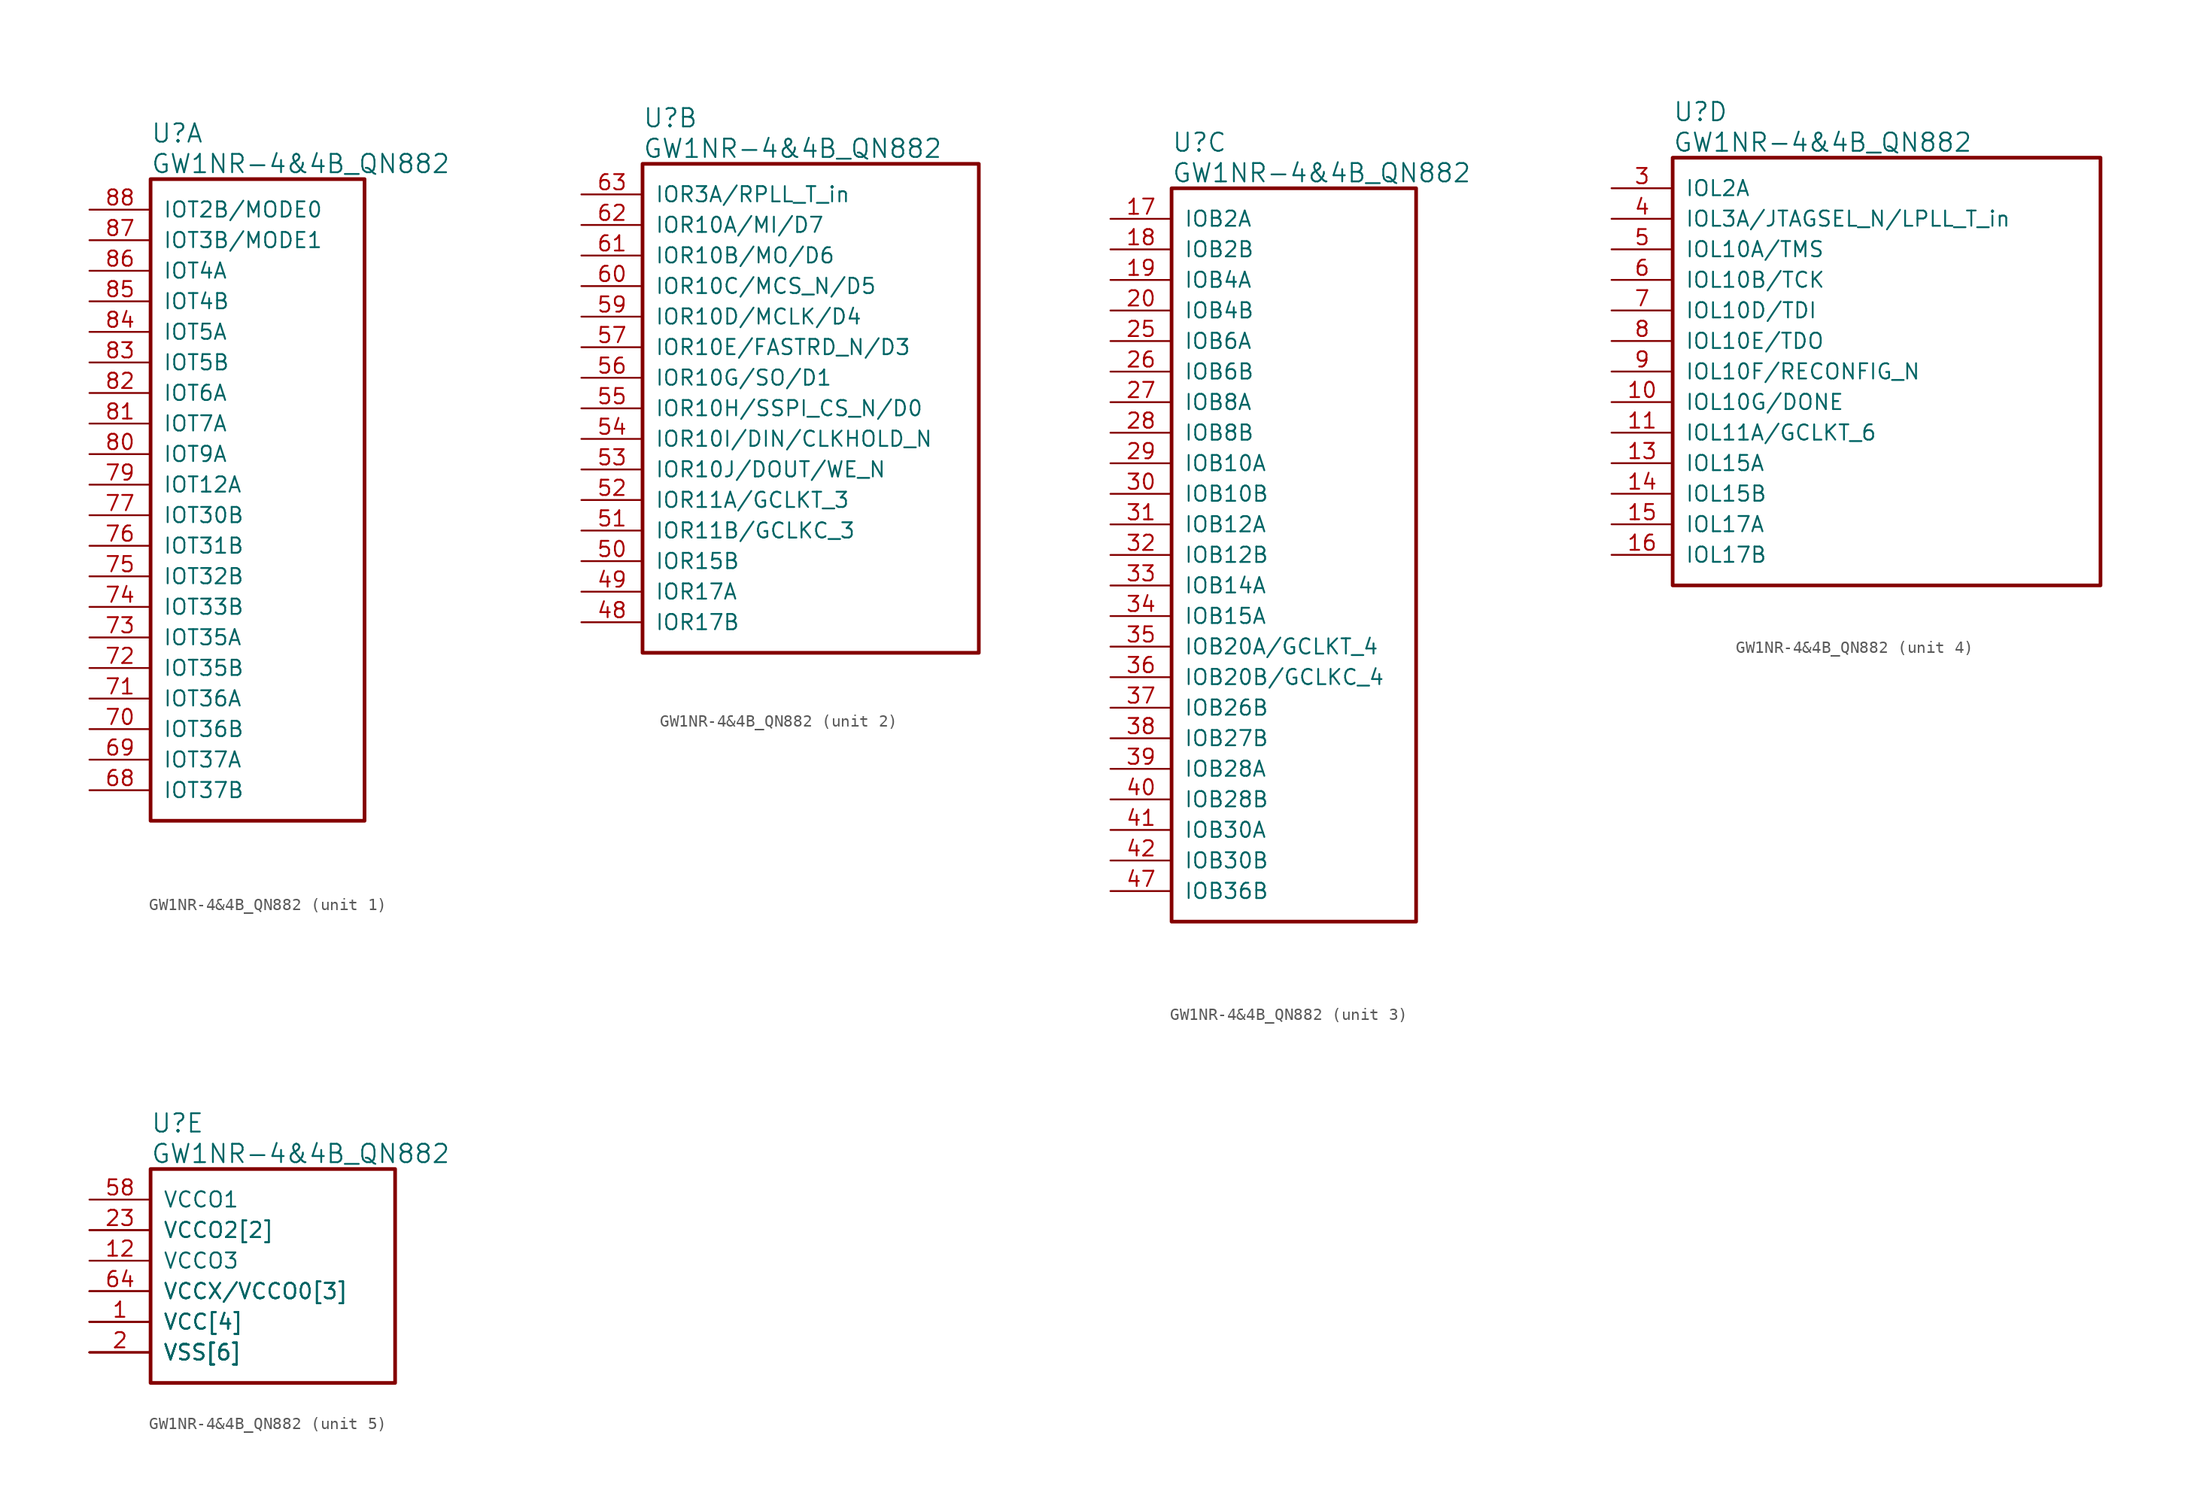
<source format=kicad_sym>
(kicad_symbol_lib
  (version 20211014)
  (generator kicad_symbol_editor)
  (symbol "GW1NR-4&4B_QN882"
    (pin_names
      (offset 1.016))
    (property "Reference" "U"
      (at 5.08 6.35 0)
      (effects (font (size 1.524 1.524)) (justify left)))
    (property "Value" "GW1NR-4&4B_QN882"
      (at 5.08 3.81 0)
      (effects (font (size 1.524 1.524)) (justify left)))
    (property "ki_locked" ""
      (at 0 0 0)
      (effects (font (size 1.27 1.27))))
    (symbol "GW1NR-4&4B_QN882_1_1"
      (rectangle (start 5.08 2.54) (end 22.86 -50.8) (stroke (width 0.305) (type default) (color 0 0 0 0)) (fill (type none)))
      (pin bidirectional line (at 0 -48.26 0) (length 5.08) (name "IOT37B" (effects (font (size 1.27 1.27)))) (number "68" (effects (font (size 1.27 1.27)))))
      (pin bidirectional line (at 0 -45.72 0) (length 5.08) (name "IOT37A" (effects (font (size 1.27 1.27)))) (number "69" (effects (font (size 1.27 1.27)))))
      (pin bidirectional line (at 0 -43.18 0) (length 5.08) (name "IOT36B" (effects (font (size 1.27 1.27)))) (number "70" (effects (font (size 1.27 1.27)))))
      (pin bidirectional line (at 0 -40.64 0) (length 5.08) (name "IOT36A" (effects (font (size 1.27 1.27)))) (number "71" (effects (font (size 1.27 1.27)))))
      (pin bidirectional line (at 0 -38.1 0) (length 5.08) (name "IOT35B" (effects (font (size 1.27 1.27)))) (number "72" (effects (font (size 1.27 1.27)))))
      (pin bidirectional line (at 0 -35.56 0) (length 5.08) (name "IOT35A" (effects (font (size 1.27 1.27)))) (number "73" (effects (font (size 1.27 1.27)))))
      (pin bidirectional line (at 0 -33.02 0) (length 5.08) (name "IOT33B" (effects (font (size 1.27 1.27)))) (number "74" (effects (font (size 1.27 1.27)))))
      (pin bidirectional line (at 0 -30.48 0) (length 5.08) (name "IOT32B" (effects (font (size 1.27 1.27)))) (number "75" (effects (font (size 1.27 1.27)))))
      (pin bidirectional line (at 0 -27.94 0) (length 5.08) (name "IOT31B" (effects (font (size 1.27 1.27)))) (number "76" (effects (font (size 1.27 1.27)))))
      (pin bidirectional line (at 0 -25.4 0) (length 5.08) (name "IOT30B" (effects (font (size 1.27 1.27)))) (number "77" (effects (font (size 1.27 1.27)))))
      (pin bidirectional line (at 0 -22.86 0) (length 5.08) (name "IOT12A" (effects (font (size 1.27 1.27)))) (number "79" (effects (font (size 1.27 1.27)))))
      (pin bidirectional line (at 0 -20.32 0) (length 5.08) (name "IOT9A" (effects (font (size 1.27 1.27)))) (number "80" (effects (font (size 1.27 1.27)))))
      (pin bidirectional line (at 0 -17.78 0) (length 5.08) (name "IOT7A" (effects (font (size 1.27 1.27)))) (number "81" (effects (font (size 1.27 1.27)))))
      (pin bidirectional line (at 0 -15.24 0) (length 5.08) (name "IOT6A" (effects (font (size 1.27 1.27)))) (number "82" (effects (font (size 1.27 1.27)))))
      (pin bidirectional line (at 0 -12.7 0) (length 5.08) (name "IOT5B" (effects (font (size 1.27 1.27)))) (number "83" (effects (font (size 1.27 1.27)))))
      (pin bidirectional line (at 0 -10.16 0) (length 5.08) (name "IOT5A" (effects (font (size 1.27 1.27)))) (number "84" (effects (font (size 1.27 1.27)))))
      (pin bidirectional line (at 0 -7.62 0) (length 5.08) (name "IOT4B" (effects (font (size 1.27 1.27)))) (number "85" (effects (font (size 1.27 1.27)))))
      (pin bidirectional line (at 0 -5.08 0) (length 5.08) (name "IOT4A" (effects (font (size 1.27 1.27)))) (number "86" (effects (font (size 1.27 1.27)))))
      (pin bidirectional line (at 0 -2.54 0) (length 5.08) (name "IOT3B/MODE1" (effects (font (size 1.27 1.27)))) (number "87" (effects (font (size 1.27 1.27)))))
      (pin bidirectional line (at 0 0 0) (length 5.08) (name "IOT2B/MODE0" (effects (font (size 1.27 1.27)))) (number "88" (effects (font (size 1.27 1.27))))))
    (symbol "GW1NR-4&4B_QN882_2_1"
      (rectangle (start 5.08 2.54) (end 33.02 -38.1) (stroke (width 0.305) (type default) (color 0 0 0 0)) (fill (type none)))
      (pin bidirectional line (at 0 -35.56 0) (length 5.08) (name "IOR17B" (effects (font (size 1.27 1.27)))) (number "48" (effects (font (size 1.27 1.27)))))
      (pin bidirectional line (at 0 -33.02 0) (length 5.08) (name "IOR17A" (effects (font (size 1.27 1.27)))) (number "49" (effects (font (size 1.27 1.27)))))
      (pin bidirectional line (at 0 -30.48 0) (length 5.08) (name "IOR15B" (effects (font (size 1.27 1.27)))) (number "50" (effects (font (size 1.27 1.27)))))
      (pin bidirectional line (at 0 -27.94 0) (length 5.08) (name "IOR11B/GCLKC_3" (effects (font (size 1.27 1.27)))) (number "51" (effects (font (size 1.27 1.27)))))
      (pin bidirectional line (at 0 -25.4 0) (length 5.08) (name "IOR11A/GCLKT_3" (effects (font (size 1.27 1.27)))) (number "52" (effects (font (size 1.27 1.27)))))
      (pin bidirectional line (at 0 -22.86 0) (length 5.08) (name "IOR10J/DOUT/WE_N" (effects (font (size 1.27 1.27)))) (number "53" (effects (font (size 1.27 1.27)))))
      (pin bidirectional line (at 0 -20.32 0) (length 5.08) (name "IOR10I/DIN/CLKHOLD_N" (effects (font (size 1.27 1.27)))) (number "54" (effects (font (size 1.27 1.27)))))
      (pin bidirectional line (at 0 -17.78 0) (length 5.08) (name "IOR10H/SSPI_CS_N/D0" (effects (font (size 1.27 1.27)))) (number "55" (effects (font (size 1.27 1.27)))))
      (pin bidirectional line (at 0 -15.24 0) (length 5.08) (name "IOR10G/SO/D1" (effects (font (size 1.27 1.27)))) (number "56" (effects (font (size 1.27 1.27)))))
      (pin bidirectional line (at 0 -12.7 0) (length 5.08) (name "IOR10E/FASTRD_N/D3" (effects (font (size 1.27 1.27)))) (number "57" (effects (font (size 1.27 1.27)))))
      (pin bidirectional line (at 0 -10.16 0) (length 5.08) (name "IOR10D/MCLK/D4" (effects (font (size 1.27 1.27)))) (number "59" (effects (font (size 1.27 1.27)))))
      (pin bidirectional line (at 0 -7.62 0) (length 5.08) (name "IOR10C/MCS_N/D5" (effects (font (size 1.27 1.27)))) (number "60" (effects (font (size 1.27 1.27)))))
      (pin bidirectional line (at 0 -5.08 0) (length 5.08) (name "IOR10B/MO/D6" (effects (font (size 1.27 1.27)))) (number "61" (effects (font (size 1.27 1.27)))))
      (pin bidirectional line (at 0 -2.54 0) (length 5.08) (name "IOR10A/MI/D7" (effects (font (size 1.27 1.27)))) (number "62" (effects (font (size 1.27 1.27)))))
      (pin bidirectional line (at 0 0 0) (length 5.08) (name "IOR3A/RPLL_T_in" (effects (font (size 1.27 1.27)))) (number "63" (effects (font (size 1.27 1.27))))))
    (symbol "GW1NR-4&4B_QN882_3_1"
      (rectangle (start 5.08 2.54) (end 25.4 -58.42) (stroke (width 0.305) (type default) (color 0 0 0 0)) (fill (type none)))
      (pin bidirectional line (at 0 0 0) (length 5.08) (name "IOB2A" (effects (font (size 1.27 1.27)))) (number "17" (effects (font (size 1.27 1.27)))))
      (pin bidirectional line (at 0 -2.54 0) (length 5.08) (name "IOB2B" (effects (font (size 1.27 1.27)))) (number "18" (effects (font (size 1.27 1.27)))))
      (pin bidirectional line (at 0 -5.08 0) (length 5.08) (name "IOB4A" (effects (font (size 1.27 1.27)))) (number "19" (effects (font (size 1.27 1.27)))))
      (pin bidirectional line (at 0 -7.62 0) (length 5.08) (name "IOB4B" (effects (font (size 1.27 1.27)))) (number "20" (effects (font (size 1.27 1.27)))))
      (pin bidirectional line (at 0 -10.16 0) (length 5.08) (name "IOB6A" (effects (font (size 1.27 1.27)))) (number "25" (effects (font (size 1.27 1.27)))))
      (pin bidirectional line (at 0 -12.7 0) (length 5.08) (name "IOB6B" (effects (font (size 1.27 1.27)))) (number "26" (effects (font (size 1.27 1.27)))))
      (pin bidirectional line (at 0 -15.24 0) (length 5.08) (name "IOB8A" (effects (font (size 1.27 1.27)))) (number "27" (effects (font (size 1.27 1.27)))))
      (pin bidirectional line (at 0 -17.78 0) (length 5.08) (name "IOB8B" (effects (font (size 1.27 1.27)))) (number "28" (effects (font (size 1.27 1.27)))))
      (pin bidirectional line (at 0 -20.32 0) (length 5.08) (name "IOB10A" (effects (font (size 1.27 1.27)))) (number "29" (effects (font (size 1.27 1.27)))))
      (pin bidirectional line (at 0 -22.86 0) (length 5.08) (name "IOB10B" (effects (font (size 1.27 1.27)))) (number "30" (effects (font (size 1.27 1.27)))))
      (pin bidirectional line (at 0 -25.4 0) (length 5.08) (name "IOB12A" (effects (font (size 1.27 1.27)))) (number "31" (effects (font (size 1.27 1.27)))))
      (pin bidirectional line (at 0 -27.94 0) (length 5.08) (name "IOB12B" (effects (font (size 1.27 1.27)))) (number "32" (effects (font (size 1.27 1.27)))))
      (pin bidirectional line (at 0 -30.48 0) (length 5.08) (name "IOB14A" (effects (font (size 1.27 1.27)))) (number "33" (effects (font (size 1.27 1.27)))))
      (pin bidirectional line (at 0 -33.02 0) (length 5.08) (name "IOB15A" (effects (font (size 1.27 1.27)))) (number "34" (effects (font (size 1.27 1.27)))))
      (pin bidirectional line (at 0 -35.56 0) (length 5.08) (name "IOB20A/GCLKT_4" (effects (font (size 1.27 1.27)))) (number "35" (effects (font (size 1.27 1.27)))))
      (pin bidirectional line (at 0 -38.1 0) (length 5.08) (name "IOB20B/GCLKC_4" (effects (font (size 1.27 1.27)))) (number "36" (effects (font (size 1.27 1.27)))))
      (pin bidirectional line (at 0 -40.64 0) (length 5.08) (name "IOB26B" (effects (font (size 1.27 1.27)))) (number "37" (effects (font (size 1.27 1.27)))))
      (pin bidirectional line (at 0 -43.18 0) (length 5.08) (name "IOB27B" (effects (font (size 1.27 1.27)))) (number "38" (effects (font (size 1.27 1.27)))))
      (pin bidirectional line (at 0 -45.72 0) (length 5.08) (name "IOB28A" (effects (font (size 1.27 1.27)))) (number "39" (effects (font (size 1.27 1.27)))))
      (pin bidirectional line (at 0 -48.26 0) (length 5.08) (name "IOB28B" (effects (font (size 1.27 1.27)))) (number "40" (effects (font (size 1.27 1.27)))))
      (pin bidirectional line (at 0 -50.8 0) (length 5.08) (name "IOB30A" (effects (font (size 1.27 1.27)))) (number "41" (effects (font (size 1.27 1.27)))))
      (pin bidirectional line (at 0 -53.34 0) (length 5.08) (name "IOB30B" (effects (font (size 1.27 1.27)))) (number "42" (effects (font (size 1.27 1.27)))))
      (pin bidirectional line (at 0 -55.88 0) (length 5.08) (name "IOB36B" (effects (font (size 1.27 1.27)))) (number "47" (effects (font (size 1.27 1.27))))))
    (symbol "GW1NR-4&4B_QN882_4_1"
      (rectangle (start 5.08 2.54) (end 40.64 -33.02) (stroke (width 0.305) (type default) (color 0 0 0 0)) (fill (type none)))
      (pin bidirectional line (at 0 -17.78 0) (length 5.08) (name "IOL10G/DONE" (effects (font (size 1.27 1.27)))) (number "10" (effects (font (size 1.27 1.27)))))
      (pin bidirectional line (at 0 -20.32 0) (length 5.08) (name "IOL11A/GCLKT_6" (effects (font (size 1.27 1.27)))) (number "11" (effects (font (size 1.27 1.27)))))
      (pin bidirectional line (at 0 -22.86 0) (length 5.08) (name "IOL15A" (effects (font (size 1.27 1.27)))) (number "13" (effects (font (size 1.27 1.27)))))
      (pin bidirectional line (at 0 -25.4 0) (length 5.08) (name "IOL15B" (effects (font (size 1.27 1.27)))) (number "14" (effects (font (size 1.27 1.27)))))
      (pin bidirectional line (at 0 -27.94 0) (length 5.08) (name "IOL17A" (effects (font (size 1.27 1.27)))) (number "15" (effects (font (size 1.27 1.27)))))
      (pin bidirectional line (at 0 -30.48 0) (length 5.08) (name "IOL17B" (effects (font (size 1.27 1.27)))) (number "16" (effects (font (size 1.27 1.27)))))
      (pin bidirectional line (at 0 0 0) (length 5.08) (name "IOL2A" (effects (font (size 1.27 1.27)))) (number "3" (effects (font (size 1.27 1.27)))))
      (pin bidirectional line (at 0 -2.54 0) (length 5.08) (name "IOL3A/JTAGSEL_N/LPLL_T_in" (effects (font (size 1.27 1.27)))) (number "4" (effects (font (size 1.27 1.27)))))
      (pin bidirectional line (at 0 -5.08 0) (length 5.08) (name "IOL10A/TMS" (effects (font (size 1.27 1.27)))) (number "5" (effects (font (size 1.27 1.27)))))
      (pin bidirectional line (at 0 -7.62 0) (length 5.08) (name "IOL10B/TCK" (effects (font (size 1.27 1.27)))) (number "6" (effects (font (size 1.27 1.27)))))
      (pin bidirectional line (at 0 -10.16 0) (length 5.08) (name "IOL10D/TDI" (effects (font (size 1.27 1.27)))) (number "7" (effects (font (size 1.27 1.27)))))
      (pin bidirectional line (at 0 -12.7 0) (length 5.08) (name "IOL10E/TDO" (effects (font (size 1.27 1.27)))) (number "8" (effects (font (size 1.27 1.27)))))
      (pin bidirectional line (at 0 -15.24 0) (length 5.08) (name "IOL10F/RECONFIG_N" (effects (font (size 1.27 1.27)))) (number "9" (effects (font (size 1.27 1.27))))))
    (symbol "GW1NR-4&4B_QN882_5_1"
      (rectangle (start 5.08 2.54) (end 25.4 -15.24) (stroke (width 0.305) (type default) (color 0 0 0 0)) (fill (type none)))
      (pin power_in line (at 0 -10.16 0) (length 5.08) (name "VCC[4]" (effects (font (size 1.27 1.27)))) (number "1" (effects (font (size 1.27 1.27)))))
      (pin power_in line (at 0 -5.08 0) (length 5.08) (name "VCCO3" (effects (font (size 1.27 1.27)))) (number "12" (effects (font (size 1.27 1.27)))))
      (pin power_in line (at 0 -12.7 0) (length 5.08) (name "VSS[6]" (effects (font (size 1.27 1.27)))) (number "2" (effects (font (size 1.27 1.27)))))
      (pin power_in line (at 0 -12.7 0) (length 5.08) (name "VSS[6]" (effects (font (size 1.27 1.27)))) (number "21" (effects (font (size 0 0)))))
      (pin power_in line (at 0 -10.16 0) (length 5.08) (name "VCC[4]" (effects (font (size 1.27 1.27)))) (number "22" (effects (font (size 0 0)))))
      (pin power_in line (at 0 -2.54 0) (length 5.08) (name "VCCO2[2]" (effects (font (size 1.27 1.27)))) (number "23" (effects (font (size 1.27 1.27)))))
      (pin power_in line (at 0 -12.7 0) (length 5.08) (name "VSS[6]" (effects (font (size 1.27 1.27)))) (number "24" (effects (font (size 0 0)))))
      (pin power_in line (at 0 -12.7 0) (length 5.08) (name "VSS[6]" (effects (font (size 1.27 1.27)))) (number "43" (effects (font (size 0 0)))))
      (pin power_in line (at 0 -2.54 0) (length 5.08) (name "VCCO2[2]" (effects (font (size 1.27 1.27)))) (number "44" (effects (font (size 0 0)))))
      (pin power_in line (at 0 -10.16 0) (length 5.08) (name "VCC[4]" (effects (font (size 1.27 1.27)))) (number "45" (effects (font (size 0 0)))))
      (pin power_in line (at 0 -12.7 0) (length 5.08) (name "VSS[6]" (effects (font (size 1.27 1.27)))) (number "46" (effects (font (size 0 0)))))
      (pin power_in line (at 0 0 0) (length 5.08) (name "VCCO1" (effects (font (size 1.27 1.27)))) (number "58" (effects (font (size 1.27 1.27)))))
      (pin power_in line (at 0 -7.62 0) (length 5.08) (name "VCCX/VCCO0[3]" (effects (font (size 1.27 1.27)))) (number "64" (effects (font (size 1.27 1.27)))))
      (pin power_in line (at 0 -12.7 0) (length 5.08) (name "VSS[6]" (effects (font (size 1.27 1.27)))) (number "65" (effects (font (size 0 0)))))
      (pin power_in line (at 0 -10.16 0) (length 5.08) (name "VCC[4]" (effects (font (size 1.27 1.27)))) (number "66" (effects (font (size 0 0)))))
      (pin power_in line (at 0 -7.62 0) (length 5.08) (name "VCCX/VCCO0[3]" (effects (font (size 1.27 1.27)))) (number "67" (effects (font (size 0 0)))))
      (pin power_in line (at 0 -7.62 0) (length 5.08) (name "VCCX/VCCO0[3]" (effects (font (size 1.27 1.27)))) (number "78" (effects (font (size 0 0))))))))
</source>
